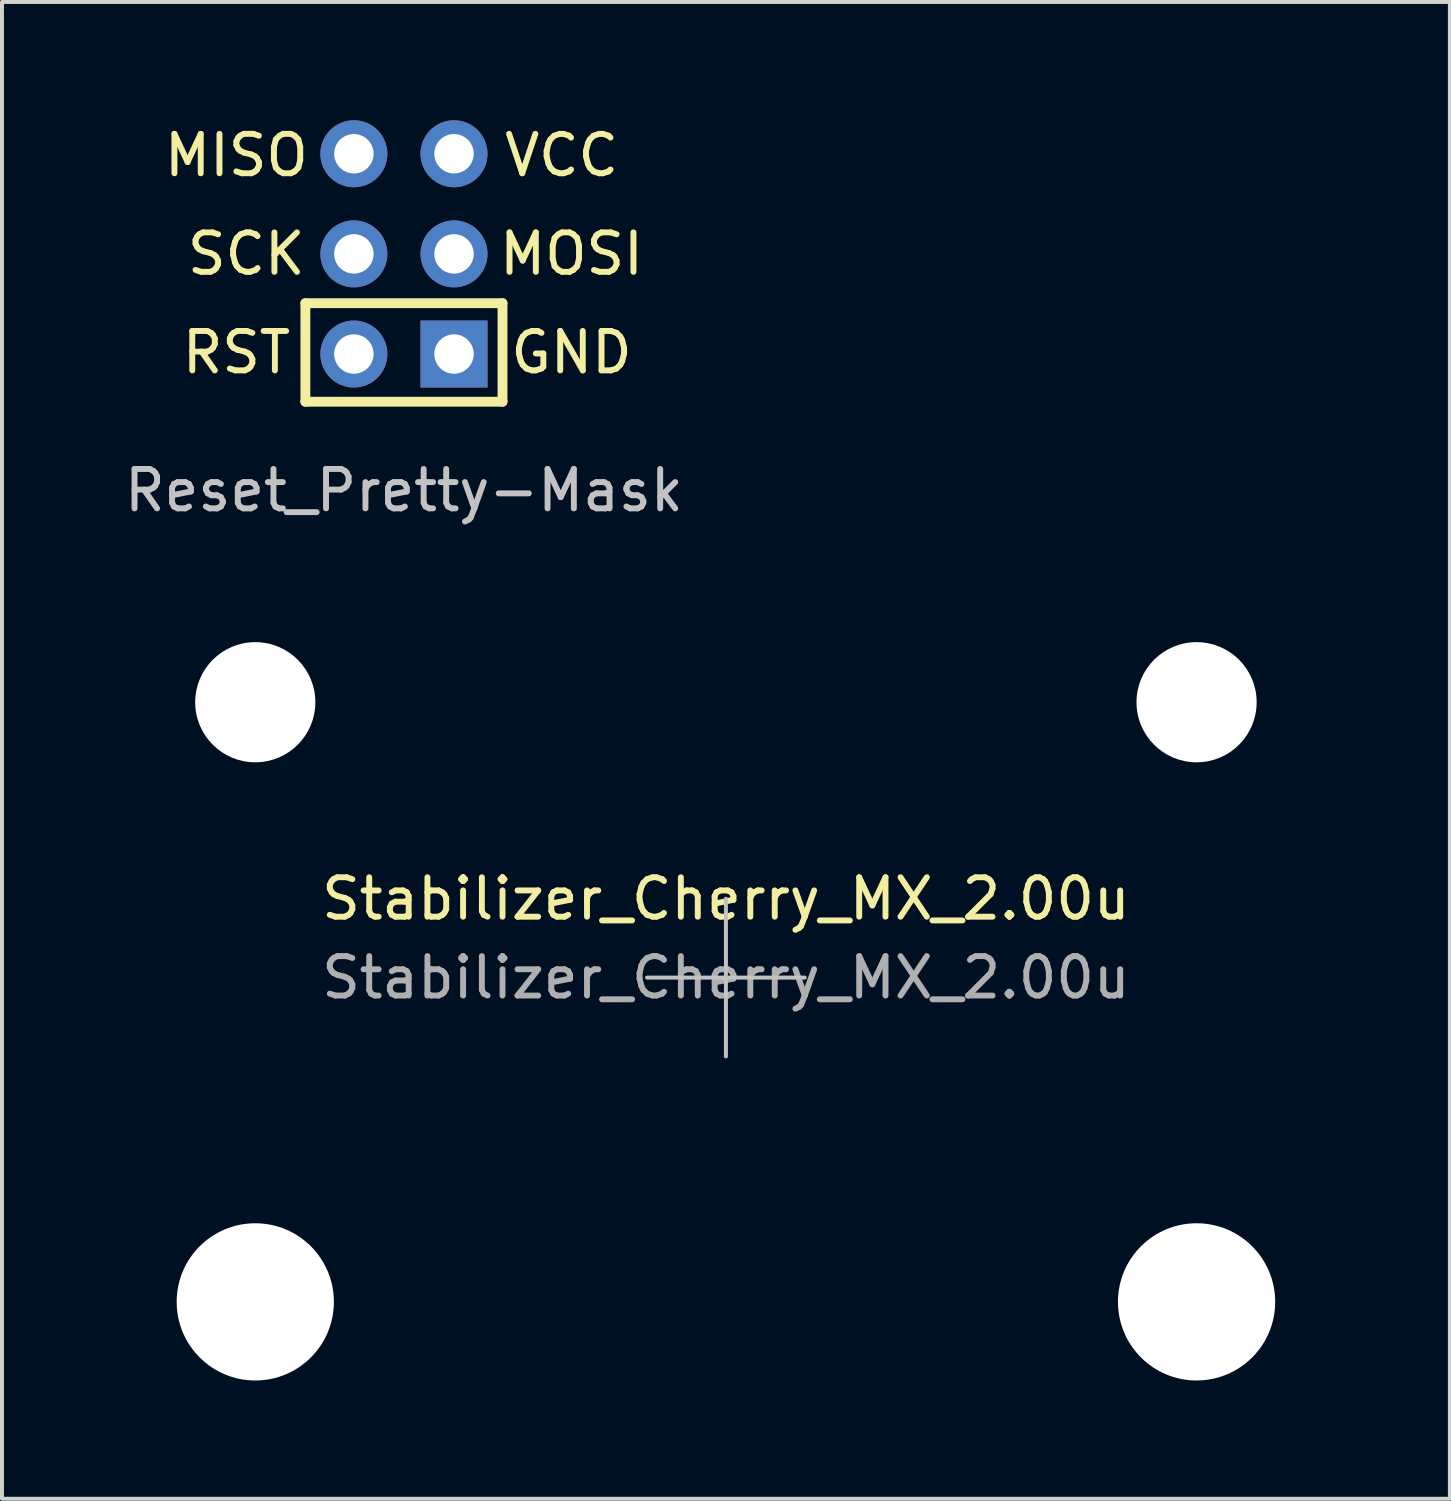
<source format=kicad_pcb>
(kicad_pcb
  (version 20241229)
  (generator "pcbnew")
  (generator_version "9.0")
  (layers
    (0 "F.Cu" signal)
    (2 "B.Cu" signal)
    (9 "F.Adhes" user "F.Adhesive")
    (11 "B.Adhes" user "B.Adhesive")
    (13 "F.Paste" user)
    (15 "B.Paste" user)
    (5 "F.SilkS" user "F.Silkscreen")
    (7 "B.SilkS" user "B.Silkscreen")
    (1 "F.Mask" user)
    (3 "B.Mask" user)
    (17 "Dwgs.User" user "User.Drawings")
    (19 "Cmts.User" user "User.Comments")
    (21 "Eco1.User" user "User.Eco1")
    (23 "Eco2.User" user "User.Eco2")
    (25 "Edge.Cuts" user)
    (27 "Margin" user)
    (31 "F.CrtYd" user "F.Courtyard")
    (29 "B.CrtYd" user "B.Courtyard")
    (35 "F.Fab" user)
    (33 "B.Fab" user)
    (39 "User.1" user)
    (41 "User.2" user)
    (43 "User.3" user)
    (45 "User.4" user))
  (footprint "Stabilizer_Cherry_MX_2.00u"
    (layer "F.Cu")
    (at 15.363 21.747)
    (property "Reference" "Stabilizer_Cherry_MX_2.00u" (at 0 -2 0) (layer "F.SilkS") (effects (font (size 1 1) (thickness 0.15))))
    (attr exclude_from_pos_files exclude_from_bom)
    (fp_line (start -2 0) (end 2 0) (stroke (width 0.1) (type solid)) (layer "Dwgs.User"))
    (fp_line (start 0 2) (end 0 -2) (stroke (width 0.1) (type solid)) (layer "Dwgs.User"))
    (fp_line (start -15.313 -5.53) (end -15.313 6.77) (stroke (width 0.1) (type solid)) (layer "Eco1.User"))
    (fp_line (start -15.313 6.77) (end -8.563 6.77) (stroke (width 0.1) (type solid)) (layer "Eco1.User"))
    (fp_line (start -8.563 -5.53) (end -15.313 -5.53) (stroke (width 0.1) (type solid)) (layer "Eco1.User"))
    (fp_line (start -8.563 6.77) (end -8.563 -5.53) (stroke (width 0.1) (type solid)) (layer "Eco1.User"))
    (fp_line (start 8.563 -5.53) (end 8.563 6.77) (stroke (width 0.1) (type solid)) (layer "Eco1.User"))
    (fp_line (start 8.563 6.77) (end 15.313 6.77) (stroke (width 0.1) (type solid)) (layer "Eco1.User"))
    (fp_line (start 15.313 -5.53) (end 8.563 -5.53) (stroke (width 0.1) (type solid)) (layer "Eco1.User"))
    (fp_line (start 15.313 6.77) (end 15.313 -5.53) (stroke (width 0.1) (type solid)) (layer "Eco1.User"))
    (fp_text user "${REFERENCE}" (at 0 0 0) (layer "F.Fab") (effects (font (size 1 1) (thickness 0.15))))
    (pad "" np_thru_hole circle (at -11.938 -6.985) (size 3.048 3.048) (drill 3.048) (layers "*.Cu" "*.Mask"))
    (pad "" np_thru_hole circle (at -11.938 8.225) (size 3.988 3.988) (drill 3.988) (layers "*.Cu" "*.Mask"))
    (pad "" np_thru_hole circle (at 11.938 -6.985) (size 3.048 3.048) (drill 3.048) (layers "*.Cu" "*.Mask"))
    (pad "" np_thru_hole circle (at 11.938 8.225) (size 3.988 3.988) (drill 3.988) (layers "*.Cu" "*.Mask")))
  (footprint "Reset_Pretty-Mask"
    (layer "F.Cu")
    (at 7.196 3.39)
    (property "Reference" "Reset_Pretty-Mask" (at 0 6 0) (layer "Dwgs.User") (effects (font (size 1 1) (thickness 0.15))))
    (attr exclude_from_pos_files exclude_from_bom)
    (fp_line (start -2.5 1.25) (end 2.5 1.25) (stroke (width 0.25) (type solid)) (layer "F.SilkS"))
    (fp_line (start -2.5 3.75) (end -2.5 1.25) (stroke (width 0.25) (type solid)) (layer "F.SilkS"))
    (fp_line (start 2.5 1.25) (end 2.5 3.75) (stroke (width 0.25) (type solid)) (layer "F.SilkS"))
    (fp_line (start 2.5 3.75) (end -2.5 3.75) (stroke (width 0.25) (type solid)) (layer "F.SilkS"))
    (fp_text user "RST" (at -4.25 2.5 0) (layer "F.SilkS") (effects (font (size 1 1) (thickness 0.15))))
    (fp_text user "SCK" (at -4 0 0) (layer "F.SilkS") (effects (font (size 1 1) (thickness 0.15))))
    (fp_text user "GND" (at 4.25 2.5 0) (layer "F.SilkS") (effects (font (size 1 1) (thickness 0.15))))
    (fp_text user "VCC" (at 4 -2.5 0) (layer "F.SilkS") (effects (font (size 1 1) (thickness 0.15))))
    (fp_text user "MOSI" (at 4.25 0 0) (layer "F.SilkS") (effects (font (size 1 1) (thickness 0.15))))
    (fp_text user "MISO" (at -4.25 -2.5 0) (layer "F.SilkS") (effects (font (size 1 1) (thickness 0.15))))
    (pad "1" thru_hole circle (at -1.27 -2.54) (size 1.7 1.7) (drill 1) (layers "*.Cu" "F.Mask"))
    (pad "2" thru_hole circle (at 1.27 -2.54) (size 1.7 1.7) (drill 1) (layers "*.Cu" "F.Mask"))
    (pad "3" thru_hole circle (at -1.27 0) (size 1.7 1.7) (drill 1) (layers "*.Cu" "F.Mask"))
    (pad "4" thru_hole circle (at 1.27 0) (size 1.7 1.7) (drill 1) (layers "*.Cu" "F.Mask"))
    (pad "5" thru_hole circle (at -1.27 2.54) (size 1.7 1.7) (drill 1) (layers "*.Cu" "F.Mask"))
    (pad "6" thru_hole rect (at 1.27 2.54) (size 1.7 1.7) (drill 1) (layers "*.Cu" "F.Mask")))
  (gr_rect
    (start -3 -3)
    (end 33.726 34.966)
    (stroke (width 0.1) (type default))
    (fill no)
    (layer "Edge.Cuts")))
</source>
